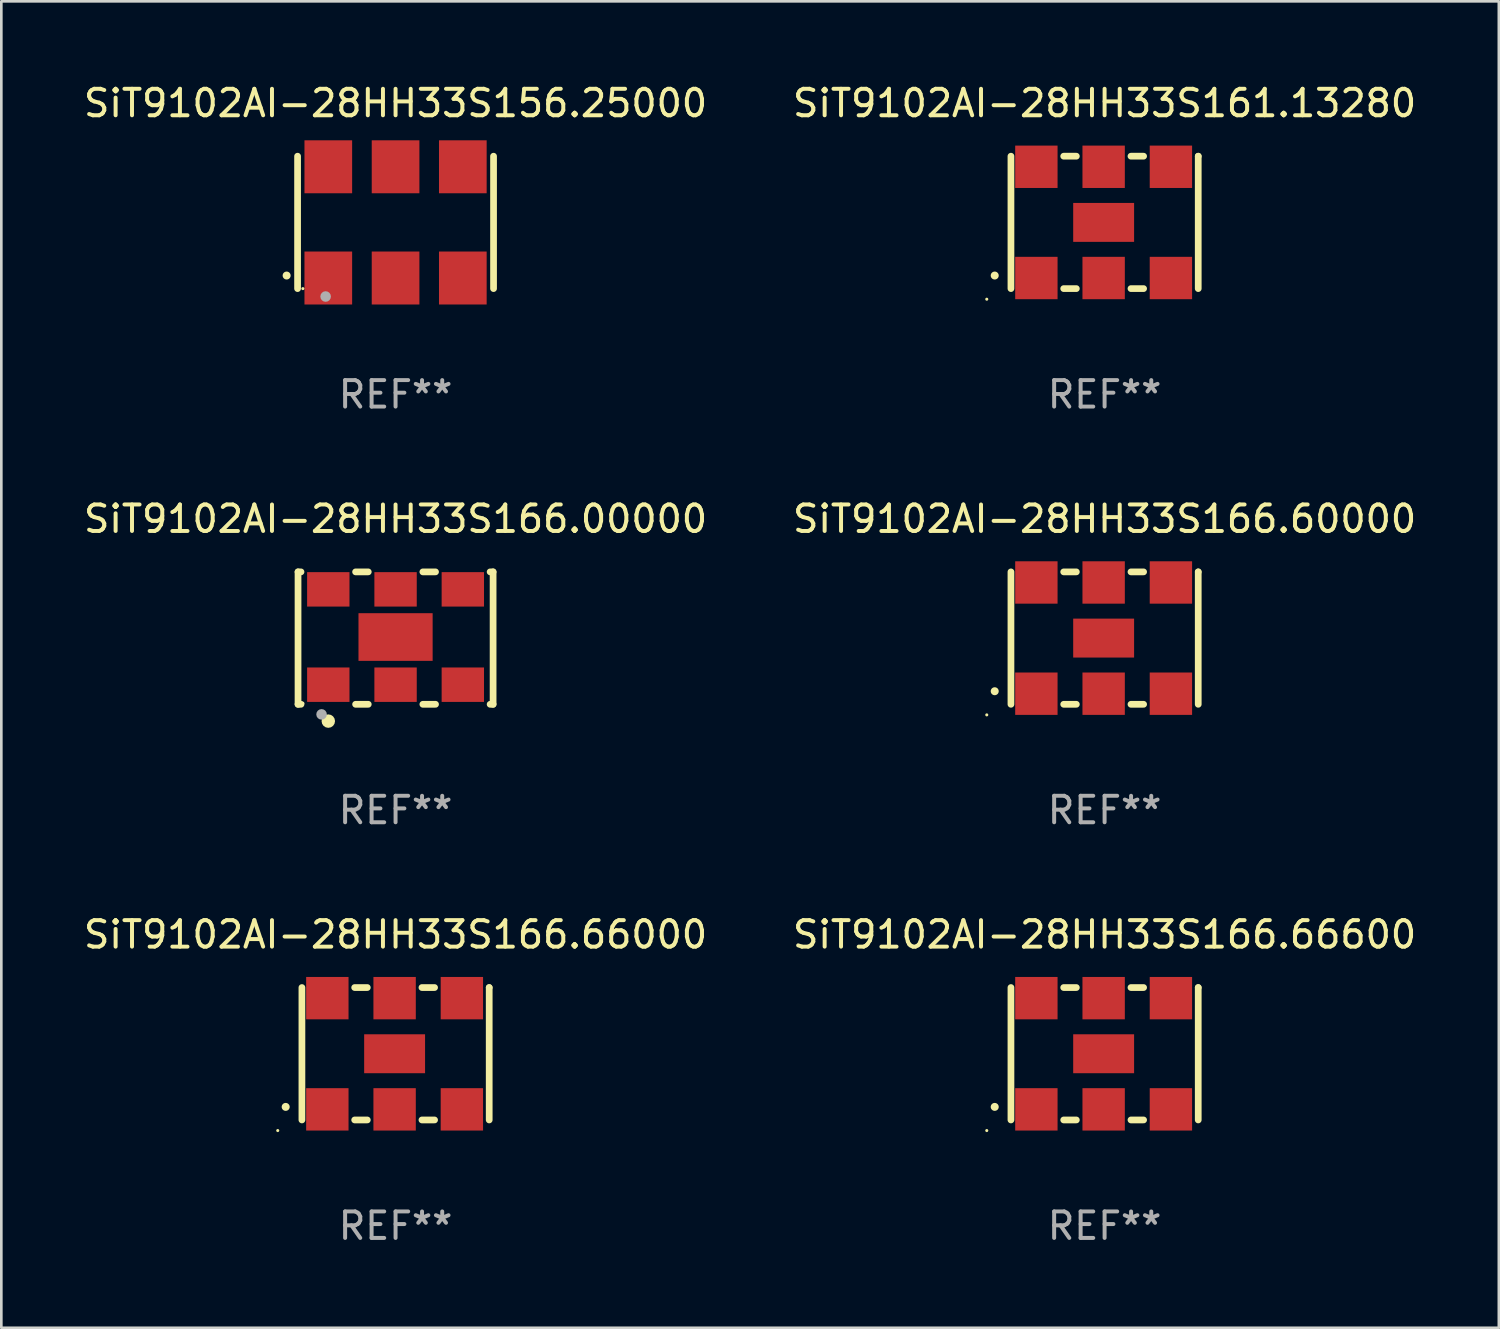
<source format=kicad_pcb>
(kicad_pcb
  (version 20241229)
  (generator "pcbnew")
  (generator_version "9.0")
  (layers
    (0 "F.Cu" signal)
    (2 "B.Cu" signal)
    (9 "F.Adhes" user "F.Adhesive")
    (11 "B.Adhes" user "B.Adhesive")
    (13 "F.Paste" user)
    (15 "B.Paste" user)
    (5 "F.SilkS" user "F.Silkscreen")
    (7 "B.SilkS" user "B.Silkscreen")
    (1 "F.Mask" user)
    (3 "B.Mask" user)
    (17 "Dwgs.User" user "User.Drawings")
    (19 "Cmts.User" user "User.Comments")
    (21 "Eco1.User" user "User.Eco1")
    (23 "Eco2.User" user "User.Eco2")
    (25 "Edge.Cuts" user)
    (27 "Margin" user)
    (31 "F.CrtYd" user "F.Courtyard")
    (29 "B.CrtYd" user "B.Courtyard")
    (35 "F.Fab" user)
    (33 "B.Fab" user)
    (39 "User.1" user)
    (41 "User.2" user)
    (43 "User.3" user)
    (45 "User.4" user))
  (footprint "SiT9102AI-28HH33S156.25000"
    (layer "F.Cu")
    (at 11.887 5.348)
    (property "Reference" "SiT9102AI-28HH33S156.25000" (at 0 -4.5 0) (layer "F.SilkS") (effects (font (size 1 1) (thickness 0.15))))
    (attr through_hole)
    (fp_line (start -3.7 -2.5) (end -3.7 2.5) (stroke (width 0.254) (type solid)) (layer "F.SilkS"))
    (fp_line (start 3.7 -2.5) (end 3.7 2.5) (stroke (width 0.254) (type solid)) (layer "F.SilkS"))
    (fp_arc (start -4.114415 2.006604) (mid -4.113145 2.006599) (end -4.111875 2.006604) (stroke (width 0.3) (type solid)) (layer "F.SilkS"))
    (fp_circle (center -3.5 2.501) (end -3.47 2.501) (stroke (width 0.06) (type solid)) (fill no) (layer "F.SilkS"))
    (fp_circle (center -2.641 2.799) (end -2.541 2.799) (stroke (width 0.2) (type solid)) (fill no) (layer "F.Fab"))
    (fp_text user "REF**" (at 0 6.5 0) (layer "F.Fab") (effects (font (size 1 1) (thickness 0.15))))
    (pad "1" smd rect (at -2.54 2.1) (size 1.8 2) (layers "F.Cu" "F.Mask" "F.Paste"))
    (pad "2" smd rect (at 0.000394 2.1) (size 1.8 2) (layers "F.Cu" "F.Mask" "F.Paste"))
    (pad "3" smd rect (at 2.54 2.1) (size 1.8 2) (layers "F.Cu" "F.Mask" "F.Paste"))
    (pad "4" smd rect (at 2.54 -2.1) (size 1.8 2) (layers "F.Cu" "F.Mask" "F.Paste"))
    (pad "5" smd rect (at 0.000394 -2.1) (size 1.8 2) (layers "F.Cu" "F.Mask" "F.Paste"))
    (pad "6" smd rect (at -2.54 -2.1) (size 1.8 2) (layers "F.Cu" "F.Mask" "F.Paste")))
  (footprint "SiT9102AI-28HH33S166.66000"
    (layer "F.Cu")
    (at 11.887 36.741)
    (property "Reference" "SiT9102AI-28HH33S166.66000" (at 0 -4.5 0) (layer "F.SilkS") (effects (font (size 1 1) (thickness 0.15))))
    (attr through_hole)
    (fp_line (start -3.536 -2.5) (end -3.536 2.5) (stroke (width 0.254) (type solid)) (layer "F.SilkS"))
    (fp_line (start -1.544 2.5) (end -1.067 2.5) (stroke (width 0.254) (type solid)) (layer "F.SilkS"))
    (fp_line (start -1.067 -2.5) (end -1.544 -2.5) (stroke (width 0.254) (type solid)) (layer "F.SilkS"))
    (fp_line (start 0.996 2.5) (end 1.473 2.5) (stroke (width 0.254) (type solid)) (layer "F.SilkS"))
    (fp_line (start 1.473 -2.5) (end 0.996 -2.5) (stroke (width 0.254) (type solid)) (layer "F.SilkS"))
    (fp_line (start 3.536 -2.5) (end 3.536 -2.5) (stroke (width 0.254) (type solid)) (layer "F.SilkS"))
    (fp_line (start 3.536 2.5) (end 3.536 -2.5) (stroke (width 0.254) (type solid)) (layer "F.SilkS"))
    (fp_arc (start -4.150432 2.006604) (mid -4.149162 2.006599) (end -4.147892 2.006604) (stroke (width 0.3) (type solid)) (layer "F.SilkS"))
    (fp_circle (center -4.449 2.9) (end -4.419 2.9) (stroke (width 0.06) (type solid)) (fill no) (layer "F.SilkS"))
    (fp_text user "REF**" (at 0 6.5 0) (layer "F.Fab") (effects (font (size 1 1) (thickness 0.15))))
    (pad "1" smd rect (at -2.576 2.1) (size 1.6 1.6) (layers "F.Cu" "F.Mask" "F.Paste"))
    (pad "2" smd rect (at -0.036 2.1) (size 1.6 1.6) (layers "F.Cu" "F.Mask" "F.Paste"))
    (pad "3" smd rect (at 2.504 2.1) (size 1.6 1.6) (layers "F.Cu" "F.Mask" "F.Paste"))
    (pad "4" smd rect (at 2.504 -2.1) (size 1.6 1.6) (layers "F.Cu" "F.Mask" "F.Paste"))
    (pad "5" smd rect (at -0.036 -2.1) (size 1.6 1.6) (layers "F.Cu" "F.Mask" "F.Paste"))
    (pad "6" smd rect (at -2.576 -2.1) (size 1.6 1.6) (layers "F.Cu" "F.Mask" "F.Paste"))
    (pad "7" smd rect (at -0.036 0) (size 2.3 1.47) (layers "F.Cu" "F.Mask" "F.Paste")))
  (footprint "SiT9102AI-28HH33S166.66600"
    (layer "F.Cu")
    (at 38.661 36.741)
    (property "Reference" "SiT9102AI-28HH33S166.66600" (at 0 -4.5 0) (layer "F.SilkS") (effects (font (size 1 1) (thickness 0.15))))
    (attr through_hole)
    (fp_line (start -3.536 -2.5) (end -3.536 2.5) (stroke (width 0.254) (type solid)) (layer "F.SilkS"))
    (fp_line (start -1.544 2.5) (end -1.067 2.5) (stroke (width 0.254) (type solid)) (layer "F.SilkS"))
    (fp_line (start -1.067 -2.5) (end -1.544 -2.5) (stroke (width 0.254) (type solid)) (layer "F.SilkS"))
    (fp_line (start 0.996 2.5) (end 1.473 2.5) (stroke (width 0.254) (type solid)) (layer "F.SilkS"))
    (fp_line (start 1.473 -2.5) (end 0.996 -2.5) (stroke (width 0.254) (type solid)) (layer "F.SilkS"))
    (fp_line (start 3.536 -2.5) (end 3.536 -2.5) (stroke (width 0.254) (type solid)) (layer "F.SilkS"))
    (fp_line (start 3.536 2.5) (end 3.536 -2.5) (stroke (width 0.254) (type solid)) (layer "F.SilkS"))
    (fp_arc (start -4.150432 2.006604) (mid -4.149162 2.006599) (end -4.147892 2.006604) (stroke (width 0.3) (type solid)) (layer "F.SilkS"))
    (fp_circle (center -4.449 2.9) (end -4.419 2.9) (stroke (width 0.06) (type solid)) (fill no) (layer "F.SilkS"))
    (fp_text user "REF**" (at 0 6.5 0) (layer "F.Fab") (effects (font (size 1 1) (thickness 0.15))))
    (pad "1" smd rect (at -2.576 2.1) (size 1.6 1.6) (layers "F.Cu" "F.Mask" "F.Paste"))
    (pad "2" smd rect (at -0.036 2.1) (size 1.6 1.6) (layers "F.Cu" "F.Mask" "F.Paste"))
    (pad "3" smd rect (at 2.504 2.1) (size 1.6 1.6) (layers "F.Cu" "F.Mask" "F.Paste"))
    (pad "4" smd rect (at 2.504 -2.1) (size 1.6 1.6) (layers "F.Cu" "F.Mask" "F.Paste"))
    (pad "5" smd rect (at -0.036 -2.1) (size 1.6 1.6) (layers "F.Cu" "F.Mask" "F.Paste"))
    (pad "6" smd rect (at -2.576 -2.1) (size 1.6 1.6) (layers "F.Cu" "F.Mask" "F.Paste"))
    (pad "7" smd rect (at -0.036 0) (size 2.3 1.47) (layers "F.Cu" "F.Mask" "F.Paste")))
  (footprint "SiT9102AI-28HH33S166.00000"
    (layer "F.Cu")
    (at 11.887 21.045)
    (property "Reference" "SiT9102AI-28HH33S166.00000" (at 0 -4.5 0) (layer "F.SilkS") (effects (font (size 1 1) (thickness 0.15))))
    (attr through_hole)
    (fp_line (start -3.683 -2.5) (end -3.571 -2.5) (stroke (width 0.254) (type solid)) (layer "F.SilkS"))
    (fp_line (start -3.683 2.5) (end -3.683 -2.5) (stroke (width 0.254) (type solid)) (layer "F.SilkS"))
    (fp_line (start -3.683 2.5) (end -3.571 2.5) (stroke (width 0.254) (type solid)) (layer "F.SilkS"))
    (fp_line (start -1.509 -2.5) (end -1.031 -2.5) (stroke (width 0.254) (type solid)) (layer "F.SilkS"))
    (fp_line (start -1.509 2.5) (end -1.031 2.5) (stroke (width 0.254) (type solid)) (layer "F.SilkS"))
    (fp_line (start 1.031 -2.5) (end 1.509 -2.5) (stroke (width 0.254) (type solid)) (layer "F.SilkS"))
    (fp_line (start 1.031 2.5) (end 1.509 2.5) (stroke (width 0.254) (type solid)) (layer "F.SilkS"))
    (fp_line (start 3.571 -2.5) (end 3.683 -2.5) (stroke (width 0.254) (type solid)) (layer "F.SilkS"))
    (fp_line (start 3.571 2.5) (end 3.683 2.5) (stroke (width 0.254) (type solid)) (layer "F.SilkS"))
    (fp_line (start 3.683 2.5) (end 3.683 -2.5) (stroke (width 0.254) (type solid)) (layer "F.SilkS"))
    (fp_circle (center -3.5 2.46) (end -3.47 2.46) (stroke (width 0.06) (type solid)) (fill no) (layer "F.SilkS"))
    (fp_circle (center -2.54 3.135) (end -2.413 3.135) (stroke (width 0.254) (type solid)) (fill no) (layer "F.SilkS"))
    (fp_circle (center -2.794 2.881) (end -2.694 2.881) (stroke (width 0.2) (type solid)) (fill no) (layer "F.Fab"))
    (fp_text user "REF**" (at 0 6.5 0) (layer "F.Fab") (effects (font (size 1 1) (thickness 0.15))))
    (pad "1" smd rect (at -2.54 1.76) (size 1.6 1.3) (layers "F.Cu" "F.Mask" "F.Paste"))
    (pad "2" smd rect (at 0 1.76) (size 1.6 1.3) (layers "F.Cu" "F.Mask" "F.Paste"))
    (pad "3" smd rect (at 2.54 1.76) (size 1.6 1.3) (layers "F.Cu" "F.Mask" "F.Paste"))
    (pad "4" smd rect (at 2.54 -1.84) (size 1.6 1.3) (layers "F.Cu" "F.Mask" "F.Paste"))
    (pad "5" smd rect (at 0 -1.84) (size 1.6 1.3) (layers "F.Cu" "F.Mask" "F.Paste"))
    (pad "6" smd rect (at -2.54 -1.84) (size 1.6 1.3) (layers "F.Cu" "F.Mask" "F.Paste"))
    (pad "7" smd rect (at 0 -0.04) (size 2.8 1.8) (layers "F.Cu" "F.Mask" "F.Paste")))
  (footprint "SiT9102AI-28HH33S166.60000"
    (layer "F.Cu")
    (at 38.661 21.045)
    (property "Reference" "SiT9102AI-28HH33S166.60000" (at 0 -4.5 0) (layer "F.SilkS") (effects (font (size 1 1) (thickness 0.15))))
    (attr through_hole)
    (fp_line (start -3.536 -2.5) (end -3.536 2.5) (stroke (width 0.254) (type solid)) (layer "F.SilkS"))
    (fp_line (start -1.544 2.5) (end -1.067 2.5) (stroke (width 0.254) (type solid)) (layer "F.SilkS"))
    (fp_line (start -1.067 -2.5) (end -1.544 -2.5) (stroke (width 0.254) (type solid)) (layer "F.SilkS"))
    (fp_line (start 0.996 2.5) (end 1.473 2.5) (stroke (width 0.254) (type solid)) (layer "F.SilkS"))
    (fp_line (start 1.473 -2.5) (end 0.996 -2.5) (stroke (width 0.254) (type solid)) (layer "F.SilkS"))
    (fp_line (start 3.536 -2.5) (end 3.536 -2.5) (stroke (width 0.254) (type solid)) (layer "F.SilkS"))
    (fp_line (start 3.536 2.5) (end 3.536 -2.5) (stroke (width 0.254) (type solid)) (layer "F.SilkS"))
    (fp_arc (start -4.150432 2.006604) (mid -4.149162 2.006599) (end -4.147892 2.006604) (stroke (width 0.3) (type solid)) (layer "F.SilkS"))
    (fp_circle (center -4.449 2.9) (end -4.419 2.9) (stroke (width 0.06) (type solid)) (fill no) (layer "F.SilkS"))
    (fp_text user "REF**" (at 0 6.5 0) (layer "F.Fab") (effects (font (size 1 1) (thickness 0.15))))
    (pad "1" smd rect (at -2.576 2.1) (size 1.6 1.6) (layers "F.Cu" "F.Mask" "F.Paste"))
    (pad "2" smd rect (at -0.036 2.1) (size 1.6 1.6) (layers "F.Cu" "F.Mask" "F.Paste"))
    (pad "3" smd rect (at 2.504 2.1) (size 1.6 1.6) (layers "F.Cu" "F.Mask" "F.Paste"))
    (pad "4" smd rect (at 2.504 -2.1) (size 1.6 1.6) (layers "F.Cu" "F.Mask" "F.Paste"))
    (pad "5" smd rect (at -0.036 -2.1) (size 1.6 1.6) (layers "F.Cu" "F.Mask" "F.Paste"))
    (pad "6" smd rect (at -2.576 -2.1) (size 1.6 1.6) (layers "F.Cu" "F.Mask" "F.Paste"))
    (pad "7" smd rect (at -0.036 0) (size 2.3 1.47) (layers "F.Cu" "F.Mask" "F.Paste")))
  (footprint "SiT9102AI-28HH33S161.13280"
    (layer "F.Cu")
    (at 38.661 5.348)
    (property "Reference" "SiT9102AI-28HH33S161.13280" (at 0 -4.5 0) (layer "F.SilkS") (effects (font (size 1 1) (thickness 0.15))))
    (attr through_hole)
    (fp_line (start -3.536 -2.5) (end -3.536 2.5) (stroke (width 0.254) (type solid)) (layer "F.SilkS"))
    (fp_line (start -1.544 2.5) (end -1.067 2.5) (stroke (width 0.254) (type solid)) (layer "F.SilkS"))
    (fp_line (start -1.067 -2.5) (end -1.544 -2.5) (stroke (width 0.254) (type solid)) (layer "F.SilkS"))
    (fp_line (start 0.996 2.5) (end 1.473 2.5) (stroke (width 0.254) (type solid)) (layer "F.SilkS"))
    (fp_line (start 1.473 -2.5) (end 0.996 -2.5) (stroke (width 0.254) (type solid)) (layer "F.SilkS"))
    (fp_line (start 3.536 -2.5) (end 3.536 -2.5) (stroke (width 0.254) (type solid)) (layer "F.SilkS"))
    (fp_line (start 3.536 2.5) (end 3.536 -2.5) (stroke (width 0.254) (type solid)) (layer "F.SilkS"))
    (fp_arc (start -4.150432 2.006604) (mid -4.149162 2.006599) (end -4.147892 2.006604) (stroke (width 0.3) (type solid)) (layer "F.SilkS"))
    (fp_circle (center -4.449 2.9) (end -4.419 2.9) (stroke (width 0.06) (type solid)) (fill no) (layer "F.SilkS"))
    (fp_text user "REF**" (at 0 6.5 0) (layer "F.Fab") (effects (font (size 1 1) (thickness 0.15))))
    (pad "1" smd rect (at -2.576 2.1) (size 1.6 1.6) (layers "F.Cu" "F.Mask" "F.Paste"))
    (pad "2" smd rect (at -0.036 2.1) (size 1.6 1.6) (layers "F.Cu" "F.Mask" "F.Paste"))
    (pad "3" smd rect (at 2.504 2.1) (size 1.6 1.6) (layers "F.Cu" "F.Mask" "F.Paste"))
    (pad "4" smd rect (at 2.504 -2.1) (size 1.6 1.6) (layers "F.Cu" "F.Mask" "F.Paste"))
    (pad "5" smd rect (at -0.036 -2.1) (size 1.6 1.6) (layers "F.Cu" "F.Mask" "F.Paste"))
    (pad "6" smd rect (at -2.576 -2.1) (size 1.6 1.6) (layers "F.Cu" "F.Mask" "F.Paste"))
    (pad "7" smd rect (at -0.036 0) (size 2.3 1.47) (layers "F.Cu" "F.Mask" "F.Paste")))
  (gr_rect
    (start -3 -3)
    (end 53.548 47.09)
    (stroke (width 0.1) (type default))
    (fill no)
    (layer "Edge.Cuts")))
</source>
